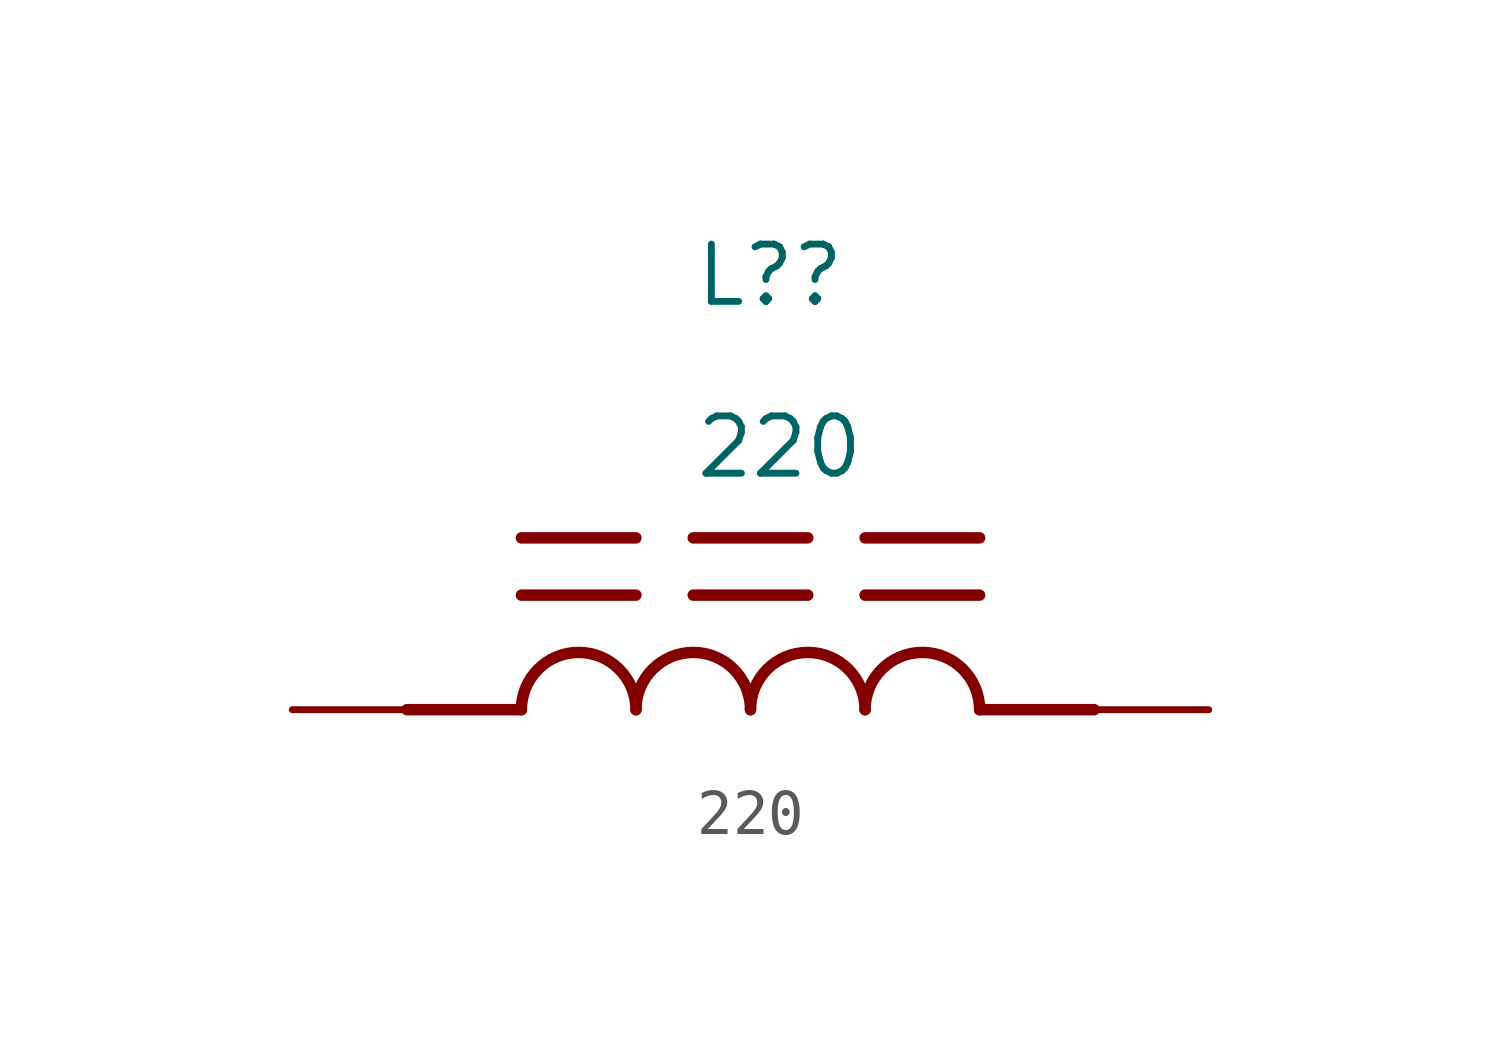
<source format=kicad_sym>
(kicad_symbol_lib
  (version 20211014)
  (generator kicad_symbol_editor)
  (symbol "220"
    (pin_numbers hide)
    (pin_names
      (offset 1.016) hide)
    (property "Reference" "L?"
      (at -1.27 8.89 0)
      (effects (font (size 1.27 1.27)) (justify left bottom)))
    (property "Value" "220"
      (at -1.27 5.08 0)
      (effects (font (size 1.27 1.27)) (justify left bottom)))
    (symbol "220_0_0"
      (arc (start -2.54 0) (mid -3.81 1.27) (end -5.08 0) (stroke (width 0.254) (type default) (color 0 0 0 0)) (fill (type none)))
      (arc (start 0 0) (mid -1.27 1.27) (end -2.54 0) (stroke (width 0.254) (type default) (color 0 0 0 0)) (fill (type none)))
      (polyline (pts (xy -5.08 0) (xy -7.62 0)) (stroke (width 0.254) (type default) (color 0 0 0 0)) (fill (type none)))
      (polyline (pts (xy -5.08 2.54) (xy -2.54 2.54)) (stroke (width 0.254) (type default) (color 0 0 0 0)) (fill (type none)))
      (polyline (pts (xy -5.08 3.81) (xy -2.54 3.81)) (stroke (width 0.254) (type default) (color 0 0 0 0)) (fill (type none)))
      (polyline (pts (xy -1.27 2.54) (xy 1.27 2.54)) (stroke (width 0.254) (type default) (color 0 0 0 0)) (fill (type none)))
      (polyline (pts (xy -1.27 3.81) (xy 1.27 3.81)) (stroke (width 0.254) (type default) (color 0 0 0 0)) (fill (type none)))
      (polyline (pts (xy 2.54 3.81) (xy 5.08 3.81)) (stroke (width 0.254) (type default) (color 0 0 0 0)) (fill (type none)))
      (polyline (pts (xy 5.08 0) (xy 7.62 0)) (stroke (width 0.254) (type default) (color 0 0 0 0)) (fill (type none)))
      (polyline (pts (xy 5.08 2.54) (xy 2.54 2.54)) (stroke (width 0.254) (type default) (color 0 0 0 0)) (fill (type none)))
      (arc (start 2.54 0) (mid 1.27 1.27) (end 0 0) (stroke (width 0.254) (type default) (color 0 0 0 0)) (fill (type none)))
      (arc (start 5.08 0) (mid 3.81 1.27) (end 2.54 0) (stroke (width 0.254) (type default) (color 0 0 0 0)) (fill (type none)))
      (pin passive line (at -10.16 0 0) (length 2.54) (name "~" (effects (font (size 1.016 1.016)))) (number "1" (effects (font (size 1.016 1.016)))))
      (pin passive line (at 10.16 0 180) (length 2.54) (name "~" (effects (font (size 1.016 1.016)))) (number "2" (effects (font (size 1.016 1.016))))))))
</source>
